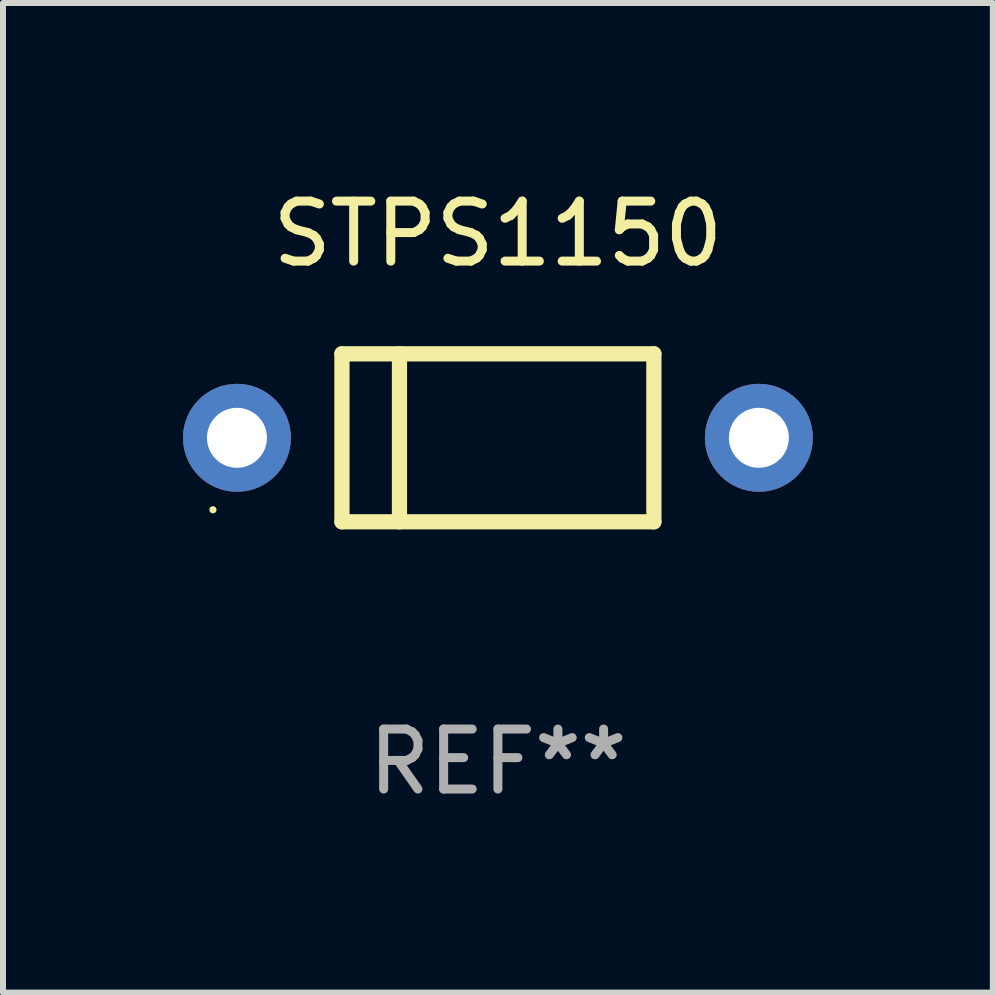
<source format=kicad_pcb>
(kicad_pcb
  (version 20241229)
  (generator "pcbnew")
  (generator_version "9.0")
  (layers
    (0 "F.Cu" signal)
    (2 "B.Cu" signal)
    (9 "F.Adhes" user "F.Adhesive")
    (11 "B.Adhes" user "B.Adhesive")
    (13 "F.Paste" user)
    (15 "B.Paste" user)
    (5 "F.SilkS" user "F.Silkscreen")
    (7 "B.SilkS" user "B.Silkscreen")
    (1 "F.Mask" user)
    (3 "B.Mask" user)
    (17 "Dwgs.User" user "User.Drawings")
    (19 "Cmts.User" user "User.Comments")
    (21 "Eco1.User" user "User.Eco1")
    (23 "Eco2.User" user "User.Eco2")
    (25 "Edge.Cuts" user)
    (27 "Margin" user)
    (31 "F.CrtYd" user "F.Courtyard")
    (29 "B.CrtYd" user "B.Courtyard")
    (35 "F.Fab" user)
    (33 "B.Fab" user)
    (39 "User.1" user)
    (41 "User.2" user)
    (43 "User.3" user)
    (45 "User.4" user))
  (footprint "STPS1150"
    (layer "F.Cu")
    (at 5.25 4.248)
    (property "Reference" "STPS1150" (at 0 -3.4 0) (layer "F.SilkS") (effects (font (size 1 1) (thickness 0.15))))
    (attr through_hole)
    (fp_line (start -2.6 -1.4) (end -2.6 1.4) (stroke (width 0.254) (type solid)) (layer "F.SilkS"))
    (fp_line (start -2.6 -1.4) (end 2.6 -1.4) (stroke (width 0.254) (type solid)) (layer "F.SilkS"))
    (fp_line (start -2.6 1.4) (end 2.6 1.4) (stroke (width 0.254) (type solid)) (layer "F.SilkS"))
    (fp_line (start -1.641 -1.4) (end -1.641 1.4) (stroke (width 0.254) (type solid)) (layer "F.SilkS"))
    (fp_line (start 2.6 -1.4) (end 2.6 1.4) (stroke (width 0.254) (type solid)) (layer "F.SilkS"))
    (fp_circle (center -4.75 1.2) (end -4.72 1.2) (stroke (width 0.06) (type solid)) (fill no) (layer "F.SilkS"))
    (fp_text user "REF**" (at 0 5.4 0) (layer "F.Fab") (effects (font (size 1 1) (thickness 0.15))))
    (pad "1" thru_hole circle (at -4.35 0) (size 1.8 1.8) (drill 1) (layers "*.Cu" "*.Mask"))
    (pad "2" thru_hole circle (at 4.35 0) (size 1.8 1.8) (drill 1) (layers "*.Cu" "*.Mask")))
  (gr_rect
    (start -3 -3)
    (end 13.5 13.496)
    (stroke (width 0.1) (type default))
    (fill no)
    (layer "Edge.Cuts")))
</source>
